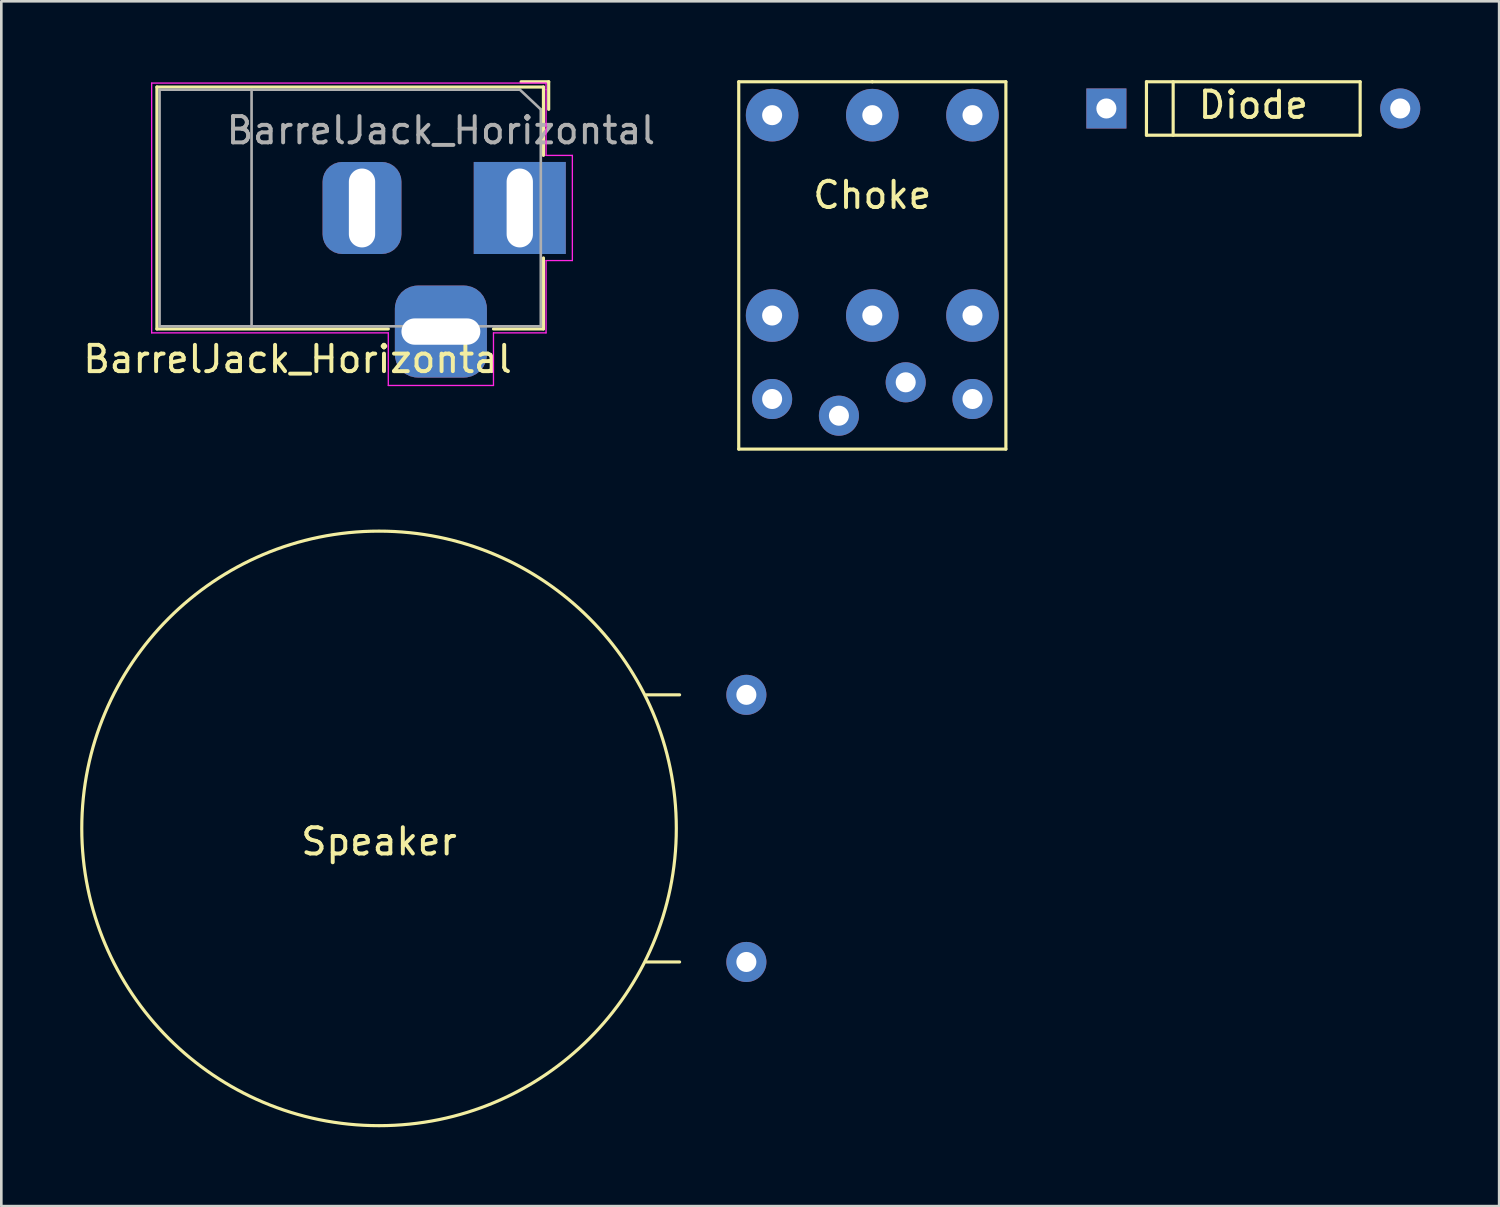
<source format=kicad_pcb>
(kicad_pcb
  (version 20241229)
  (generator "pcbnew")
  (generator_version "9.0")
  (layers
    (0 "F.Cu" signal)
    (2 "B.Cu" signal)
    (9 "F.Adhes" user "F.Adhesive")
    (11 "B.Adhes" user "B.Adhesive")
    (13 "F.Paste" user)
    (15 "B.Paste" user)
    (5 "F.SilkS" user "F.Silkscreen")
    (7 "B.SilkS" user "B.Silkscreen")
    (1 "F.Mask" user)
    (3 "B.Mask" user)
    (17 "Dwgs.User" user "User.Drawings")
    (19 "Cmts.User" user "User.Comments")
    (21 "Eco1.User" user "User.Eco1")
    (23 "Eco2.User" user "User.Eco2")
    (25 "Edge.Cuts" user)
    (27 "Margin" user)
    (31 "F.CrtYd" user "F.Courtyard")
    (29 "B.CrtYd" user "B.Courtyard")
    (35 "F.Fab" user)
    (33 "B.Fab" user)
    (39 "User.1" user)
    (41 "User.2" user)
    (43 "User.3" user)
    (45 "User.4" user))
  (footprint "Diode"
    (layer "F.Cu")
    (at 44.616 1.076)
    (property "Reference" "Diode" (at 0 -0.135 0) (layer "F.SilkS") (effects (font (size 1 1) (thickness 0.15))))
    (attr through_hole)
    (fp_line (start -4.064 -1.016) (end -4.064 1.016) (stroke (width 0.12) (type solid)) (layer "F.SilkS"))
    (fp_line (start -4.064 -1.016) (end 4.064 -1.016) (stroke (width 0.12) (type solid)) (layer "F.SilkS"))
    (fp_line (start -3.048 -1.016) (end -3.048 1.016) (stroke (width 0.12) (type solid)) (layer "F.SilkS"))
    (fp_line (start 4.064 -1.016) (end 4.064 1.016) (stroke (width 0.12) (type solid)) (layer "F.SilkS"))
    (fp_line (start 4.064 1.016) (end -4.064 1.016) (stroke (width 0.12) (type solid)) (layer "F.SilkS"))
    (pad "1" thru_hole rect (at -5.588 0) (size 1.524 1.524) (drill 0.762) (layers "*.Cu" "*.Mask"))
    (pad "2" thru_hole circle (at 5.588 0) (size 1.524 1.524) (drill 0.762) (layers "*.Cu" "*.Mask")))
  (footprint "Choke"
    (layer "F.Cu")
    (at 30.126 5.14)
    (property "Reference" "Choke" (at 0 -0.77 0) (layer "F.SilkS") (effects (font (size 1 1) (thickness 0.15))))
    (attr through_hole)
    (fp_line (start -5.08 -5.08) (end -5.08 8.89) (stroke (width 0.12) (type solid)) (layer "F.SilkS"))
    (fp_line (start -5.08 8.89) (end 5.08 8.89) (stroke (width 0.12) (type solid)) (layer "F.SilkS"))
    (fp_line (start 0 -5.08) (end -5.08 -5.08) (stroke (width 0.12) (type solid)) (layer "F.SilkS"))
    (fp_line (start 5.08 -5.08) (end 0 -5.08) (stroke (width 0.12) (type solid)) (layer "F.SilkS"))
    (fp_line (start 5.08 8.89) (end 5.08 -5.08) (stroke (width 0.12) (type solid)) (layer "F.SilkS"))
    (pad "1" thru_hole circle (at -3.81 3.81) (size 2 2) (drill 0.762) (layers "*.Cu" "*.Mask"))
    (pad "2" thru_hole circle (at 3.81 3.81) (size 2 2) (drill 0.762) (layers "*.Cu" "*.Mask"))
    (pad "3" thru_hole circle (at 3.81 -3.81) (size 2 2) (drill 0.762) (layers "*.Cu" "*.Mask"))
    (pad "4" thru_hole circle (at -3.81 -3.81) (size 2 2) (drill 0.762) (layers "*.Cu" "*.Mask"))
    (pad "4" thru_hole circle (at -3.81 6.985) (size 1.524 1.524) (drill 0.762) (layers "*.Cu" "*.Mask"))
    (pad "4" thru_hole circle (at 1.27 6.35) (size 1.524 1.524) (drill 0.762) (layers "*.Cu" "*.Mask"))
    (pad "5" thru_hole circle (at 0 -3.81) (size 2 2) (drill 0.762) (layers "*.Cu" "*.Mask"))
    (pad "6" thru_hole circle (at 0 3.81) (size 2 2) (drill 0.762) (layers "*.Cu" "*.Mask"))
    (pad "7" thru_hole circle (at -1.27 7.62) (size 1.524 1.524) (drill 0.762) (layers "*.Cu" "*.Mask"))
    (pad "7" thru_hole circle (at 3.81 6.985) (size 1.524 1.524) (drill 0.762) (layers "*.Cu" "*.Mask")))
  (footprint "Speaker"
    (layer "F.Cu")
    (at 11.366 28.456)
    (property "Reference" "Speaker" (at 0 0.5 0) (layer "F.SilkS") (effects (font (size 1 1) (thickness 0.15))))
    (attr through_hole)
    (fp_line (start 11.43 -5.08) (end 10.16 -5.08) (stroke (width 0.12) (type solid)) (layer "F.SilkS"))
    (fp_line (start 11.43 5.08) (end 10.16 5.08) (stroke (width 0.12) (type solid)) (layer "F.SilkS"))
    (fp_circle (center 0 0) (end 6.985 8.89) (stroke (width 0.12) (type solid)) (fill no) (layer "F.SilkS"))
    (pad "1" thru_hole circle (at 13.97 -5.08) (size 1.524 1.524) (drill 0.762) (layers "*.Cu" "*.Mask"))
    (pad "2" thru_hole circle (at 13.97 5.08) (size 1.524 1.524) (drill 0.762) (layers "*.Cu" "*.Mask")))
  (footprint "BarrelJack_Horizontal"
    (layer "F.Cu")
    (at 16.718 4.86)
    (property "Reference" "BarrelJack_Horizontal" (at -8.45 5.75 0) (layer "F.SilkS") (effects (font (size 1 1) (thickness 0.15))))
    (attr through_hole)
    (fp_line (start -13.8 -4.6) (end 0.9 -4.6) (stroke (width 0.12) (type solid)) (layer "F.SilkS"))
    (fp_line (start -13.8 4.6) (end -13.8 -4.6) (stroke (width 0.12) (type solid)) (layer "F.SilkS"))
    (fp_line (start -5 4.6) (end -13.8 4.6) (stroke (width 0.12) (type solid)) (layer "F.SilkS"))
    (fp_line (start 0.05 -4.8) (end 1.1 -4.8) (stroke (width 0.12) (type solid)) (layer "F.SilkS"))
    (fp_line (start 0.9 -4.6) (end 0.9 -2) (stroke (width 0.12) (type solid)) (layer "F.SilkS"))
    (fp_line (start 0.9 1.9) (end 0.9 4.6) (stroke (width 0.12) (type solid)) (layer "F.SilkS"))
    (fp_line (start 0.9 4.6) (end -1 4.6) (stroke (width 0.12) (type solid)) (layer "F.SilkS"))
    (fp_line (start 1.1 -3.75) (end 1.1 -4.8) (stroke (width 0.12) (type solid)) (layer "F.SilkS"))
    (fp_line (start -14 4.75) (end -14 -4.75) (stroke (width 0.05) (type solid)) (layer "F.CrtYd"))
    (fp_line (start -5 4.75) (end -14 4.75) (stroke (width 0.05) (type solid)) (layer "F.CrtYd"))
    (fp_line (start -5 6.75) (end -5 4.75) (stroke (width 0.05) (type solid)) (layer "F.CrtYd"))
    (fp_line (start -1 4.75) (end -1 6.75) (stroke (width 0.05) (type solid)) (layer "F.CrtYd"))
    (fp_line (start -1 6.75) (end -5 6.75) (stroke (width 0.05) (type solid)) (layer "F.CrtYd"))
    (fp_line (start 1 -4.75) (end -14 -4.75) (stroke (width 0.05) (type solid)) (layer "F.CrtYd"))
    (fp_line (start 1 -4.5) (end 1 -4.75) (stroke (width 0.05) (type solid)) (layer "F.CrtYd"))
    (fp_line (start 1 -4.5) (end 1 -2) (stroke (width 0.05) (type solid)) (layer "F.CrtYd"))
    (fp_line (start 1 -2) (end 2 -2) (stroke (width 0.05) (type solid)) (layer "F.CrtYd"))
    (fp_line (start 1 2) (end 1 4.75) (stroke (width 0.05) (type solid)) (layer "F.CrtYd"))
    (fp_line (start 1 4.75) (end -1 4.75) (stroke (width 0.05) (type solid)) (layer "F.CrtYd"))
    (fp_line (start 2 -2) (end 2 2) (stroke (width 0.05) (type solid)) (layer "F.CrtYd"))
    (fp_line (start 2 2) (end 1 2) (stroke (width 0.05) (type solid)) (layer "F.CrtYd"))
    (fp_line (start -13.7 -4.5) (end -13.7 4.5) (stroke (width 0.1) (type solid)) (layer "F.Fab"))
    (fp_line (start -13.7 4.5) (end 0.8 4.5) (stroke (width 0.1) (type solid)) (layer "F.Fab"))
    (fp_line (start -10.2 -4.5) (end -10.2 4.5) (stroke (width 0.1) (type solid)) (layer "F.Fab"))
    (fp_line (start -0.003 -4.505) (end 0.8 -3.75) (stroke (width 0.1) (type solid)) (layer "F.Fab"))
    (fp_line (start 0 -4.5) (end -13.7 -4.5) (stroke (width 0.1) (type solid)) (layer "F.Fab"))
    (fp_line (start 0.8 4.5) (end 0.8 -3.75) (stroke (width 0.1) (type solid)) (layer "F.Fab"))
    (fp_text user "${REFERENCE}" (at -3 -2.95 0) (layer "F.Fab") (effects (font (size 1 1) (thickness 0.15))))
    (pad "1" thru_hole rect (at 0 0) (size 3.5 3.5) (drill oval 1 3) (layers "*.Cu" "*.Mask"))
    (pad "2" thru_hole roundrect (at -6 0) (size 3 3.5) (drill oval 1 3) (layers "*.Cu" "*.Mask") (roundrect_rratio 0.25))
    (pad "MP" thru_hole roundrect (at -3 4.7) (size 3.5 3.5) (drill oval 3 1) (layers "*.Cu" "*.Mask") (roundrect_rratio 0.25)))
  (gr_rect
    (start -3 -3)
    (end 53.966 42.822)
    (stroke (width 0.1) (type default))
    (fill no)
    (layer "Edge.Cuts")))
</source>
